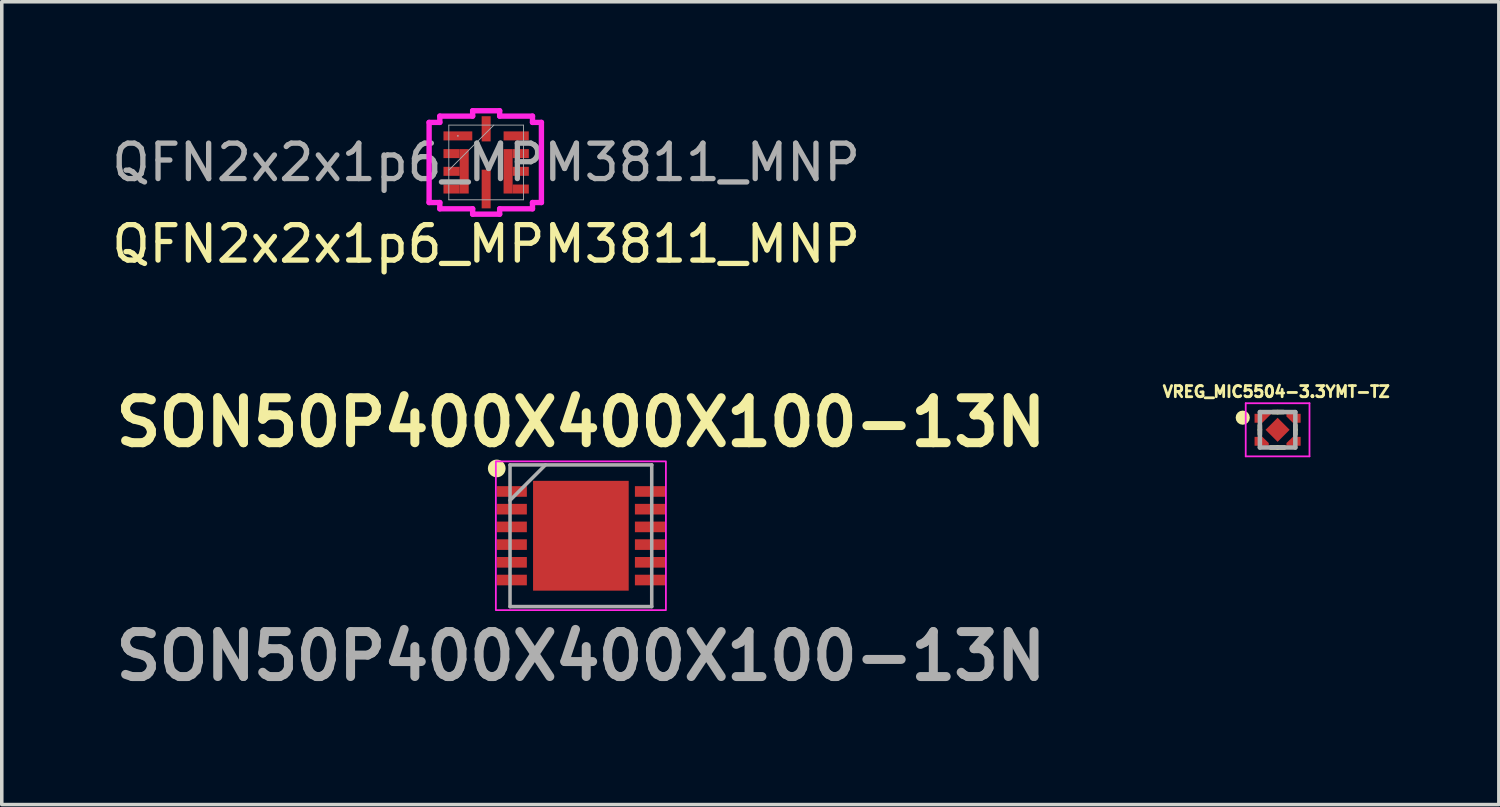
<source format=kicad_pcb>
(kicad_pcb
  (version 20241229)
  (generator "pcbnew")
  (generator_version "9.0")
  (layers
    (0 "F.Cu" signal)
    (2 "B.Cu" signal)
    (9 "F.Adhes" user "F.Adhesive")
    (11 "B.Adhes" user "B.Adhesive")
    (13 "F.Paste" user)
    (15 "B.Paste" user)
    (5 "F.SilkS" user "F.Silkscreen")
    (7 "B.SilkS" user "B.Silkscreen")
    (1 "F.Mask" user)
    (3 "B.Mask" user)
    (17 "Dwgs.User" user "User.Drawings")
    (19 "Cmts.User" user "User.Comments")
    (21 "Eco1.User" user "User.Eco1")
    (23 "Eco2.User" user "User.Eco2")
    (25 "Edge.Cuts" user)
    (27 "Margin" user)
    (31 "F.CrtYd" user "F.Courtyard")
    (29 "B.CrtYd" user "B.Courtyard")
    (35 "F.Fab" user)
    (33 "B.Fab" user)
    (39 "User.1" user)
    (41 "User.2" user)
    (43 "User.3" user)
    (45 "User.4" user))
  (footprint "SON50P400X400X100-13N"
    (layer "F.Cu")
    (at 13.347 12.073)
    (property "Reference" "SON50P400X400X100-13N" (at 0 -3.2 0) (layer "F.SilkS") (effects (font (size 1.27 1.27) (thickness 0.254))))
    (attr smd)
    (fp_circle (center -2.375 -1.9) (end -2.375 -1.775) (stroke (width 0.25) (type solid)) (fill no) (layer "F.SilkS"))
    (fp_rect (start -2.4 -2.1) (end 2.4 2.1) (stroke (width 0.05) (type default)) (fill no) (layer "F.CrtYd"))
    (fp_line (start -2 -2) (end 2 -2) (stroke (width 0.1) (type solid)) (layer "F.Fab"))
    (fp_line (start -2 -1) (end -1 -2) (stroke (width 0.1) (type solid)) (layer "F.Fab"))
    (fp_line (start -2 2) (end -2 -2) (stroke (width 0.1) (type solid)) (layer "F.Fab"))
    (fp_line (start 2 -2) (end 2 2) (stroke (width 0.1) (type solid)) (layer "F.Fab"))
    (fp_line (start 2 2) (end -2 2) (stroke (width 0.1) (type solid)) (layer "F.Fab"))
    (fp_text user "${REFERENCE}" (at 0 3.4 0) (layer "F.Fab") (effects (font (size 1.27 1.27) (thickness 0.254))))
    (pad "1" smd rect (at -1.95 -1.25 90) (size 0.3 0.85) (layers "F.Cu" "F.Mask" "F.Paste"))
    (pad "2" smd rect (at -1.95 -0.75 90) (size 0.3 0.85) (layers "F.Cu" "F.Mask" "F.Paste"))
    (pad "3" smd rect (at -1.95 -0.25 90) (size 0.3 0.85) (layers "F.Cu" "F.Mask" "F.Paste"))
    (pad "4" smd rect (at -1.95 0.25 90) (size 0.3 0.85) (layers "F.Cu" "F.Mask" "F.Paste"))
    (pad "5" smd rect (at -1.95 0.75 90) (size 0.3 0.85) (layers "F.Cu" "F.Mask" "F.Paste"))
    (pad "6" smd rect (at -1.95 1.25 90) (size 0.3 0.85) (layers "F.Cu" "F.Mask" "F.Paste"))
    (pad "7" smd rect (at 1.95 1.25 90) (size 0.3 0.85) (layers "F.Cu" "F.Mask" "F.Paste"))
    (pad "8" smd rect (at 1.95 0.75 90) (size 0.3 0.85) (layers "F.Cu" "F.Mask" "F.Paste"))
    (pad "9" smd rect (at 1.95 0.25 90) (size 0.3 0.85) (layers "F.Cu" "F.Mask" "F.Paste"))
    (pad "10" smd rect (at 1.95 -0.25 90) (size 0.3 0.85) (layers "F.Cu" "F.Mask" "F.Paste"))
    (pad "11" smd rect (at 1.95 -0.75 90) (size 0.3 0.85) (layers "F.Cu" "F.Mask" "F.Paste"))
    (pad "12" smd rect (at 1.95 -1.25 90) (size 0.3 0.85) (layers "F.Cu" "F.Mask" "F.Paste"))
    (pad "13" smd rect (at 0 0) (size 2.7 3.1) (layers "F.Cu" "F.Mask" "F.Paste")))
  (footprint "QFN2x2x1p6_MPM3811_MNP"
    (layer "F.Cu")
    (at 10.673 1.536)
    (property "Reference" "QFN2x2x1p6_MPM3811_MNP" (at 0 2.3 0) (unlocked yes) (layer "F.SilkS") (effects (font (size 1 1) (thickness 0.15))))
    (attr smd)
    (fp_poly (pts (xy -0.747 -0.377) (xy -0.492 -0.377) (xy -0.492 0.877) (xy -0.747 0.877)) (stroke (width 0) (type solid)) (fill yes) (layer "F.Cu"))
    (fp_poly (pts (xy 0.747 0.877) (xy 0.492 0.877) (xy 0.492 -0.377) (xy 0.747 -0.377)) (stroke (width 0) (type solid)) (fill yes) (layer "F.Cu"))
    (fp_poly (pts (xy -0.747 -0.377) (xy -0.492 -0.377) (xy -0.492 0.877) (xy -0.747 0.877)) (stroke (width 0) (type solid)) (fill yes) (layer "F.Mask"))
    (fp_poly (pts (xy 0.747 0.877) (xy 0.492 0.877) (xy 0.492 -0.377) (xy 0.747 -0.377)) (stroke (width 0) (type solid)) (fill yes) (layer "F.Mask"))
    (fp_poly (pts (xy -0.747 -0.377) (xy -0.492 -0.377) (xy -0.492 0.877) (xy -0.747 0.877)) (stroke (width 0) (type solid)) (fill yes) (layer "F.Paste"))
    (fp_poly (pts (xy 0.747 0.877) (xy 0.492 0.877) (xy 0.492 -0.377) (xy 0.747 -0.377)) (stroke (width 0) (type solid)) (fill yes) (layer "F.Paste"))
    (fp_line (start -1.61 -1.131) (end -1.308 -1.131) (stroke (width 0.152) (type solid)) (layer "F.CrtYd"))
    (fp_line (start -1.61 1.131) (end -1.61 -1.131) (stroke (width 0.152) (type solid)) (layer "F.CrtYd"))
    (fp_line (start -1.308 -1.308) (end -0.381 -1.308) (stroke (width 0.152) (type solid)) (layer "F.CrtYd"))
    (fp_line (start -1.308 -1.131) (end -1.308 -1.308) (stroke (width 0.152) (type solid)) (layer "F.CrtYd"))
    (fp_line (start -1.308 1.131) (end -1.61 1.131) (stroke (width 0.152) (type solid)) (layer "F.CrtYd"))
    (fp_line (start -1.308 1.308) (end -1.308 1.131) (stroke (width 0.152) (type solid)) (layer "F.CrtYd"))
    (fp_line (start -0.381 -1.46) (end 0.381 -1.46) (stroke (width 0.152) (type solid)) (layer "F.CrtYd"))
    (fp_line (start -0.381 -1.308) (end -0.381 -1.46) (stroke (width 0.152) (type solid)) (layer "F.CrtYd"))
    (fp_line (start -0.381 1.308) (end -1.308 1.308) (stroke (width 0.152) (type solid)) (layer "F.CrtYd"))
    (fp_line (start -0.381 1.46) (end -0.381 1.308) (stroke (width 0.152) (type solid)) (layer "F.CrtYd"))
    (fp_line (start 0.381 -1.46) (end 0.381 -1.308) (stroke (width 0.152) (type solid)) (layer "F.CrtYd"))
    (fp_line (start 0.381 -1.308) (end 1.308 -1.308) (stroke (width 0.152) (type solid)) (layer "F.CrtYd"))
    (fp_line (start 0.381 1.308) (end 0.381 1.46) (stroke (width 0.152) (type solid)) (layer "F.CrtYd"))
    (fp_line (start 0.381 1.46) (end -0.381 1.46) (stroke (width 0.152) (type solid)) (layer "F.CrtYd"))
    (fp_line (start 1.308 -1.308) (end 1.308 -1.131) (stroke (width 0.152) (type solid)) (layer "F.CrtYd"))
    (fp_line (start 1.308 -1.131) (end 1.56 -1.131) (stroke (width 0.152) (type solid)) (layer "F.CrtYd"))
    (fp_line (start 1.308 1.131) (end 1.308 1.308) (stroke (width 0.152) (type solid)) (layer "F.CrtYd"))
    (fp_line (start 1.308 1.308) (end 0.381 1.308) (stroke (width 0.152) (type solid)) (layer "F.CrtYd"))
    (fp_line (start 1.56 -1.131) (end 1.56 1.131) (stroke (width 0.152) (type solid)) (layer "F.CrtYd"))
    (fp_line (start 1.56 1.131) (end 1.308 1.131) (stroke (width 0.152) (type solid)) (layer "F.CrtYd"))
    (fp_line (start -1.054 -1.054) (end -1.054 1.054) (stroke (width 0.025) (type solid)) (layer "F.Fab"))
    (fp_line (start -1.054 0.216) (end 0.216 -1.054) (stroke (width 0.025) (type solid)) (layer "F.Fab"))
    (fp_line (start -1.054 1.054) (end 1.054 1.054) (stroke (width 0.025) (type solid)) (layer "F.Fab"))
    (fp_line (start 1.054 -1.054) (end -1.054 -1.054) (stroke (width 0.025) (type solid)) (layer "F.Fab"))
    (fp_line (start 1.054 1.054) (end 1.054 -1.054) (stroke (width 0.025) (type solid)) (layer "F.Fab"))
    (fp_circle (center -0.798 -0.75) (end -0.798 -0.75) (stroke (width 0.025) (type solid)) (fill no) (layer "F.Fab"))
    (fp_text user "${REFERENCE}" (at 0 0 0) (unlocked yes) (layer "F.Fab") (effects (font (size 1 1) (thickness 0.15))))
    (pad "1" smd rect (at -0.798 -0.75) (size 0.813 0.254) (layers "F.Cu" "F.Mask" "F.Paste"))
    (pad "2" smd rect (at -0.976 -0.25) (size 0.457 0.254) (layers "F.Cu" "F.Mask" "F.Paste"))
    (pad "3" smd rect (at -0.976 0.25) (size 0.457 0.254) (layers "F.Cu" "F.Mask" "F.Paste"))
    (pad "4" smd rect (at -0.976 0.75) (size 0.457 0.254) (layers "F.Cu" "F.Mask" "F.Paste"))
    (pad "5" smd rect (at 0 0.75 90) (size 1.092 0.254) (layers "F.Cu" "F.Mask" "F.Paste"))
    (pad "6" smd rect (at 0.976 0.75) (size 0.457 0.254) (layers "F.Cu" "F.Mask" "F.Paste"))
    (pad "7" smd rect (at 0.976 0.25) (size 0.457 0.254) (layers "F.Cu" "F.Mask" "F.Paste"))
    (pad "8" smd rect (at 0.976 -0.25) (size 0.457 0.254) (layers "F.Cu" "F.Mask" "F.Paste"))
    (pad "9" smd rect (at 0.848 -0.75) (size 0.711 0.254) (layers "F.Cu" "F.Mask" "F.Paste"))
    (pad "10" smd rect (at 0 -0.95 90) (size 0.711 0.254) (layers "F.Cu" "F.Mask" "F.Paste")))
  (footprint "VREG_MIC5504-3.3YMT-TZ"
    (layer "F.Cu")
    (at 33.014 9.082)
    (property "Reference" "VREG_MIC5504-3.3YMT-TZ" (at -0.037 -1.075 0) (layer "F.SilkS") (effects (font (size 0.315 0.315) (thickness 0.079))))
    (attr smd)
    (fp_poly (pts (xy -0.39 -0.1) (xy -0.75 -0.1) (xy -0.75 -0.55) (xy 0.06 -0.55)) (stroke (width 0.001) (type solid)) (fill yes) (layer "F.Mask"))
    (fp_poly (pts (xy -0.75 0.1) (xy -0.75 0.55) (xy -0.15 0.55) (xy -0.15 0.34) (xy -0.39 0.1)) (stroke (width 0.001) (type solid)) (fill yes) (layer "F.Mask"))
    (fp_poly (pts (xy 0.75 -0.1) (xy 0.75 -0.55) (xy 0.15 -0.55) (xy 0.15 -0.34) (xy 0.39 -0.1)) (stroke (width 0.001) (type solid)) (fill yes) (layer "F.Mask"))
    (fp_poly (pts (xy 0.75 0.1) (xy 0.75 0.55) (xy 0.15 0.55) (xy 0.15 0.34) (xy 0.39 0.1)) (stroke (width 0.001) (type solid)) (fill yes) (layer "F.Mask"))
    (fp_line (start -0.501 -0.127) (end -0.5 0) (stroke (width 0.127) (type solid)) (layer "F.SilkS"))
    (fp_line (start -0.5 0) (end -0.501 0.129) (stroke (width 0.127) (type solid)) (layer "F.SilkS"))
    (fp_line (start -0.006 0.5) (end -0.195 0.5) (stroke (width 0.127) (type solid)) (layer "F.SilkS"))
    (fp_line (start 0 -0.5) (end -0.136 -0.5) (stroke (width 0.127) (type solid)) (layer "F.SilkS"))
    (fp_line (start 0 -0.5) (end 0.161 -0.501) (stroke (width 0.127) (type solid)) (layer "F.SilkS"))
    (fp_line (start 0 0.5) (end 0.192 0.5) (stroke (width 0.127) (type solid)) (layer "F.SilkS"))
    (fp_line (start 0.5 -0.13) (end 0.5 0) (stroke (width 0.127) (type solid)) (layer "F.SilkS"))
    (fp_line (start 0.5 0) (end 0.501 0.129) (stroke (width 0.127) (type solid)) (layer "F.SilkS"))
    (fp_circle (center -0.984 -0.342) (end -0.884 -0.342) (stroke (width 0.2) (type solid)) (fill no) (layer "F.SilkS"))
    (fp_poly (pts (xy -0.43 -0.2) (xy -0.18 -0.45) (xy -0.65 -0.45) (xy -0.65 -0.2)) (stroke (width 0.001) (type solid)) (fill yes) (layer "F.Paste"))
    (fp_poly (pts (xy -0.43 0.2) (xy -0.25 0.375) (xy -0.25 0.45) (xy -0.65 0.45) (xy -0.65 0.2)) (stroke (width 0.001) (type solid)) (fill yes) (layer "F.Paste"))
    (fp_poly (pts (xy 0.43 -0.2) (xy 0.25 -0.375) (xy 0.25 -0.45) (xy 0.65 -0.45) (xy 0.65 -0.2)) (stroke (width 0.001) (type solid)) (fill yes) (layer "F.Paste"))
    (fp_poly (pts (xy 0.43 0.2) (xy 0.25 0.375) (xy 0.25 0.45) (xy 0.65 0.45) (xy 0.65 0.2)) (stroke (width 0.001) (type solid)) (fill yes) (layer "F.Paste"))
    (fp_line (start -0.9 -0.75) (end -0.9 0.75) (stroke (width 0.05) (type solid)) (layer "F.CrtYd"))
    (fp_line (start -0.9 0.75) (end 0.9 0.75) (stroke (width 0.05) (type solid)) (layer "F.CrtYd"))
    (fp_line (start 0.9 -0.75) (end -0.9 -0.75) (stroke (width 0.05) (type solid)) (layer "F.CrtYd"))
    (fp_line (start 0.9 0.75) (end 0.9 -0.75) (stroke (width 0.05) (type solid)) (layer "F.CrtYd"))
    (fp_line (start -0.5 -0.5) (end -0.5 0.5) (stroke (width 0.127) (type solid)) (layer "F.Fab"))
    (fp_line (start -0.5 0.5) (end 0.5 0.5) (stroke (width 0.127) (type solid)) (layer "F.Fab"))
    (fp_line (start 0.5 -0.5) (end -0.5 -0.5) (stroke (width 0.127) (type solid)) (layer "F.Fab"))
    (fp_line (start 0.5 0.5) (end 0.5 -0.5) (stroke (width 0.127) (type solid)) (layer "F.Fab"))
    (pad "1" smd custom (at -0.51 -0.327) (size 0.1 0.1) (layers "F.Cu") (options (anchor rect)) (primitives (gr_poly (pts (xy 0.08 0.127) (xy 0.33 -0.123) (xy -0.14 -0.123) (xy -0.14 0.127)) (width 0.001) (fill yes))))
    (pad "2" smd custom (at -0.513 0.339) (size 0.1 0.1) (layers "F.Cu") (options (anchor rect)) (primitives (gr_poly (pts (xy 0.083 -0.139) (xy 0.263 0.036) (xy 0.263 0.111) (xy -0.137 0.111) (xy -0.137 -0.139)) (width 0.001) (fill yes))))
    (pad "3" smd custom (at 0.518 0.346) (size 0.1 0.1) (layers "F.Cu") (options (anchor rect)) (primitives (gr_poly (pts (xy -0.088 -0.146) (xy -0.268 0.029) (xy -0.268 0.104) (xy 0.132 0.104) (xy 0.132 -0.146)) (width 0.001) (fill yes))))
    (pad "4" smd custom (at 0.512 -0.329) (size 0.1 0.1) (layers "F.Cu") (options (anchor rect)) (primitives (gr_poly (pts (xy -0.082 0.129) (xy -0.262 -0.046) (xy -0.262 -0.121) (xy 0.138 -0.121) (xy 0.138 0.129)) (width 0.001) (fill yes))))
    (pad "5" smd rect (at 0 0 315) (size 0.48 0.48) (layers "F.Cu" "F.Mask" "F.Paste")))
  (gr_rect
    (start -3 -3)
    (end 39.259 19.661)
    (stroke (width 0.1) (type default))
    (fill no)
    (layer "Edge.Cuts")))
</source>
